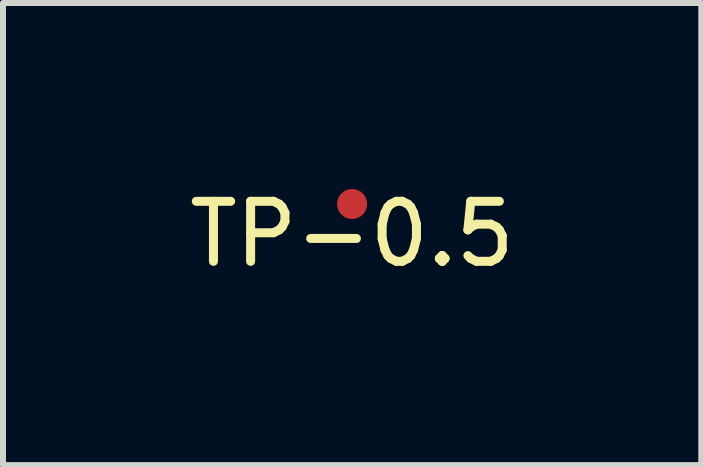
<source format=kicad_pcb>
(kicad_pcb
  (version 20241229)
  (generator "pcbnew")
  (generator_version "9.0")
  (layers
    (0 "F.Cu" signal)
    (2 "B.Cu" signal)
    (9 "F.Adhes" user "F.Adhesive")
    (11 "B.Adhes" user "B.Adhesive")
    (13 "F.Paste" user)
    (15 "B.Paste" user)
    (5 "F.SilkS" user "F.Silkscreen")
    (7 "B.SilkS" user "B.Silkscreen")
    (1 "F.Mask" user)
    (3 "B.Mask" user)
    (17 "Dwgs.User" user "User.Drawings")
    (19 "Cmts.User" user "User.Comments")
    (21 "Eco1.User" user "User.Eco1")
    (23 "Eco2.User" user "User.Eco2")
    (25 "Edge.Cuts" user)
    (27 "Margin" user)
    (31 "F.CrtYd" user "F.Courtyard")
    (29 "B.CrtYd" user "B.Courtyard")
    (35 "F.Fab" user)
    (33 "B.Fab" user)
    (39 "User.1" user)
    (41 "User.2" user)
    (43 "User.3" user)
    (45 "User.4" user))
  (footprint "TP-0.5"
    (layer "F.Cu")
    (at 2.815 0.348)
    (property "Reference" "TP-0.5" (at 0 0.5 0) (layer "F.SilkS") (effects (font (size 1 1) (thickness 0.15))))
    (attr through_hole)
    (pad "1" smd circle (at 0 0) (size 0.5 0.5) (layers "F.Cu" "F.Mask")))
  (gr_rect
    (start -3 -3)
    (end 8.631 4.697)
    (stroke (width 0.1) (type default))
    (fill no)
    (layer "Edge.Cuts")))
</source>
